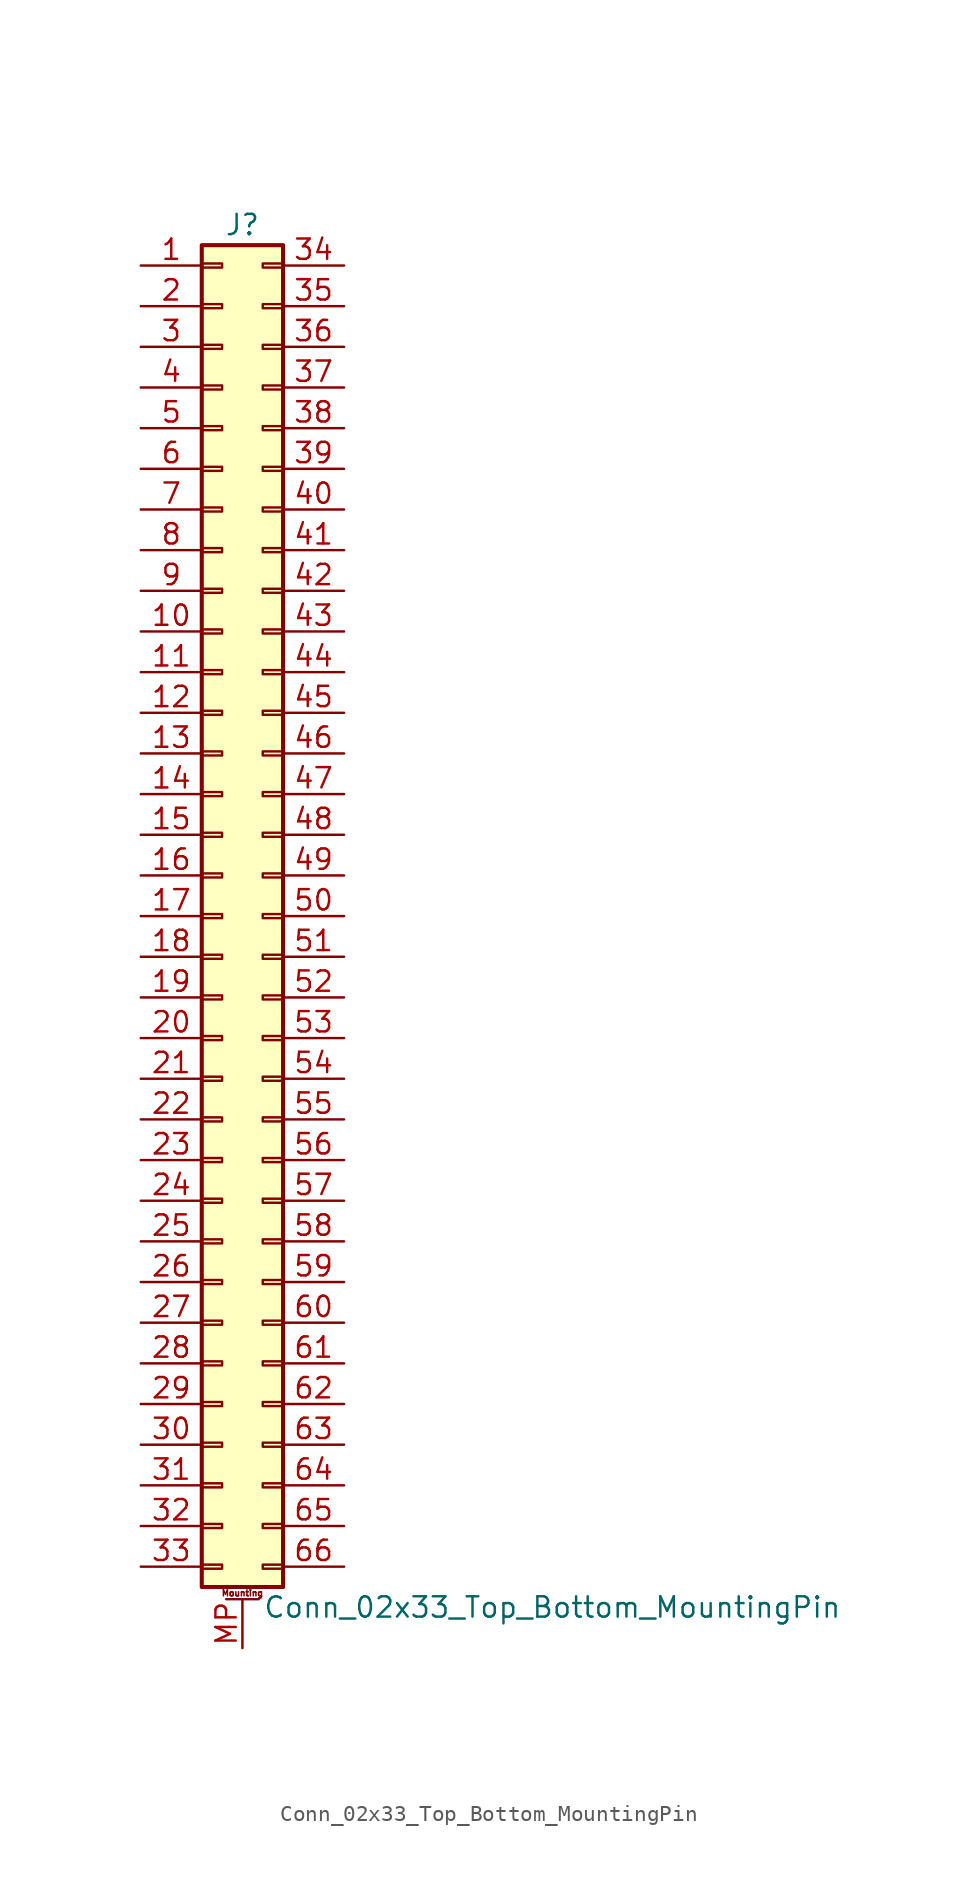
<source format=kicad_sym>
(kicad_symbol_lib
  (version 20211014)
  (generator kicad_symbol_editor)
  (symbol "Conn_02x33_Top_Bottom_MountingPin"
    (pin_names
      (offset 1.016) hide)
    (property "Reference" "J"
      (at 1.27 43.18 0)
      (effects (font (size 1.27 1.27))))
    (property "Value" "Conn_02x33_Top_Bottom_MountingPin"
      (at 2.54 -43.18 0)
      (effects (font (size 1.27 1.27)) (justify left)))
    (symbol "Conn_02x33_Top_Bottom_MountingPin_1_1"
      (rectangle (start -1.27 -40.513) (end 0 -40.767) (stroke (width 0.152) (type default) (color 0 0 0 0)) (fill (type none)))
      (rectangle (start -1.27 -37.973) (end 0 -38.227) (stroke (width 0.152) (type default) (color 0 0 0 0)) (fill (type none)))
      (rectangle (start -1.27 -35.433) (end 0 -35.687) (stroke (width 0.152) (type default) (color 0 0 0 0)) (fill (type none)))
      (rectangle (start -1.27 -32.893) (end 0 -33.147) (stroke (width 0.152) (type default) (color 0 0 0 0)) (fill (type none)))
      (rectangle (start -1.27 -30.353) (end 0 -30.607) (stroke (width 0.152) (type default) (color 0 0 0 0)) (fill (type none)))
      (rectangle (start -1.27 -27.813) (end 0 -28.067) (stroke (width 0.152) (type default) (color 0 0 0 0)) (fill (type none)))
      (rectangle (start -1.27 -25.273) (end 0 -25.527) (stroke (width 0.152) (type default) (color 0 0 0 0)) (fill (type none)))
      (rectangle (start -1.27 -22.733) (end 0 -22.987) (stroke (width 0.152) (type default) (color 0 0 0 0)) (fill (type none)))
      (rectangle (start -1.27 -20.193) (end 0 -20.447) (stroke (width 0.152) (type default) (color 0 0 0 0)) (fill (type none)))
      (rectangle (start -1.27 -17.653) (end 0 -17.907) (stroke (width 0.152) (type default) (color 0 0 0 0)) (fill (type none)))
      (rectangle (start -1.27 -15.113) (end 0 -15.367) (stroke (width 0.152) (type default) (color 0 0 0 0)) (fill (type none)))
      (rectangle (start -1.27 -12.573) (end 0 -12.827) (stroke (width 0.152) (type default) (color 0 0 0 0)) (fill (type none)))
      (rectangle (start -1.27 -10.033) (end 0 -10.287) (stroke (width 0.152) (type default) (color 0 0 0 0)) (fill (type none)))
      (rectangle (start -1.27 -7.493) (end 0 -7.747) (stroke (width 0.152) (type default) (color 0 0 0 0)) (fill (type none)))
      (rectangle (start -1.27 -4.953) (end 0 -5.207) (stroke (width 0.152) (type default) (color 0 0 0 0)) (fill (type none)))
      (rectangle (start -1.27 -2.413) (end 0 -2.667) (stroke (width 0.152) (type default) (color 0 0 0 0)) (fill (type none)))
      (rectangle (start -1.27 0.127) (end 0 -0.127) (stroke (width 0.152) (type default) (color 0 0 0 0)) (fill (type none)))
      (rectangle (start -1.27 2.667) (end 0 2.413) (stroke (width 0.152) (type default) (color 0 0 0 0)) (fill (type none)))
      (rectangle (start -1.27 5.207) (end 0 4.953) (stroke (width 0.152) (type default) (color 0 0 0 0)) (fill (type none)))
      (rectangle (start -1.27 7.747) (end 0 7.493) (stroke (width 0.152) (type default) (color 0 0 0 0)) (fill (type none)))
      (rectangle (start -1.27 10.287) (end 0 10.033) (stroke (width 0.152) (type default) (color 0 0 0 0)) (fill (type none)))
      (rectangle (start -1.27 12.827) (end 0 12.573) (stroke (width 0.152) (type default) (color 0 0 0 0)) (fill (type none)))
      (rectangle (start -1.27 15.367) (end 0 15.113) (stroke (width 0.152) (type default) (color 0 0 0 0)) (fill (type none)))
      (rectangle (start -1.27 17.907) (end 0 17.653) (stroke (width 0.152) (type default) (color 0 0 0 0)) (fill (type none)))
      (rectangle (start -1.27 20.447) (end 0 20.193) (stroke (width 0.152) (type default) (color 0 0 0 0)) (fill (type none)))
      (rectangle (start -1.27 22.987) (end 0 22.733) (stroke (width 0.152) (type default) (color 0 0 0 0)) (fill (type none)))
      (rectangle (start -1.27 25.527) (end 0 25.273) (stroke (width 0.152) (type default) (color 0 0 0 0)) (fill (type none)))
      (rectangle (start -1.27 28.067) (end 0 27.813) (stroke (width 0.152) (type default) (color 0 0 0 0)) (fill (type none)))
      (rectangle (start -1.27 30.607) (end 0 30.353) (stroke (width 0.152) (type default) (color 0 0 0 0)) (fill (type none)))
      (rectangle (start -1.27 33.147) (end 0 32.893) (stroke (width 0.152) (type default) (color 0 0 0 0)) (fill (type none)))
      (rectangle (start -1.27 35.687) (end 0 35.433) (stroke (width 0.152) (type default) (color 0 0 0 0)) (fill (type none)))
      (rectangle (start -1.27 38.227) (end 0 37.973) (stroke (width 0.152) (type default) (color 0 0 0 0)) (fill (type none)))
      (rectangle (start -1.27 40.767) (end 0 40.513) (stroke (width 0.152) (type default) (color 0 0 0 0)) (fill (type none)))
      (rectangle (start -1.27 41.91) (end 3.81 -41.91) (stroke (width 0.254) (type default) (color 0 0 0 0)) (fill (type background)))
      (polyline (pts (xy 0.254 -42.672) (xy 2.286 -42.672)) (stroke (width 0.152) (type default) (color 0 0 0 0)) (fill (type none)))
      (rectangle (start 3.81 -40.513) (end 2.54 -40.767) (stroke (width 0.152) (type default) (color 0 0 0 0)) (fill (type none)))
      (rectangle (start 3.81 -37.973) (end 2.54 -38.227) (stroke (width 0.152) (type default) (color 0 0 0 0)) (fill (type none)))
      (rectangle (start 3.81 -35.433) (end 2.54 -35.687) (stroke (width 0.152) (type default) (color 0 0 0 0)) (fill (type none)))
      (rectangle (start 3.81 -32.893) (end 2.54 -33.147) (stroke (width 0.152) (type default) (color 0 0 0 0)) (fill (type none)))
      (rectangle (start 3.81 -30.353) (end 2.54 -30.607) (stroke (width 0.152) (type default) (color 0 0 0 0)) (fill (type none)))
      (rectangle (start 3.81 -27.813) (end 2.54 -28.067) (stroke (width 0.152) (type default) (color 0 0 0 0)) (fill (type none)))
      (rectangle (start 3.81 -25.273) (end 2.54 -25.527) (stroke (width 0.152) (type default) (color 0 0 0 0)) (fill (type none)))
      (rectangle (start 3.81 -22.733) (end 2.54 -22.987) (stroke (width 0.152) (type default) (color 0 0 0 0)) (fill (type none)))
      (rectangle (start 3.81 -20.193) (end 2.54 -20.447) (stroke (width 0.152) (type default) (color 0 0 0 0)) (fill (type none)))
      (rectangle (start 3.81 -17.653) (end 2.54 -17.907) (stroke (width 0.152) (type default) (color 0 0 0 0)) (fill (type none)))
      (rectangle (start 3.81 -15.113) (end 2.54 -15.367) (stroke (width 0.152) (type default) (color 0 0 0 0)) (fill (type none)))
      (rectangle (start 3.81 -12.573) (end 2.54 -12.827) (stroke (width 0.152) (type default) (color 0 0 0 0)) (fill (type none)))
      (rectangle (start 3.81 -10.033) (end 2.54 -10.287) (stroke (width 0.152) (type default) (color 0 0 0 0)) (fill (type none)))
      (rectangle (start 3.81 -7.493) (end 2.54 -7.747) (stroke (width 0.152) (type default) (color 0 0 0 0)) (fill (type none)))
      (rectangle (start 3.81 -4.953) (end 2.54 -5.207) (stroke (width 0.152) (type default) (color 0 0 0 0)) (fill (type none)))
      (rectangle (start 3.81 -2.413) (end 2.54 -2.667) (stroke (width 0.152) (type default) (color 0 0 0 0)) (fill (type none)))
      (rectangle (start 3.81 0.127) (end 2.54 -0.127) (stroke (width 0.152) (type default) (color 0 0 0 0)) (fill (type none)))
      (rectangle (start 3.81 2.667) (end 2.54 2.413) (stroke (width 0.152) (type default) (color 0 0 0 0)) (fill (type none)))
      (rectangle (start 3.81 5.207) (end 2.54 4.953) (stroke (width 0.152) (type default) (color 0 0 0 0)) (fill (type none)))
      (rectangle (start 3.81 7.747) (end 2.54 7.493) (stroke (width 0.152) (type default) (color 0 0 0 0)) (fill (type none)))
      (rectangle (start 3.81 10.287) (end 2.54 10.033) (stroke (width 0.152) (type default) (color 0 0 0 0)) (fill (type none)))
      (rectangle (start 3.81 12.827) (end 2.54 12.573) (stroke (width 0.152) (type default) (color 0 0 0 0)) (fill (type none)))
      (rectangle (start 3.81 15.367) (end 2.54 15.113) (stroke (width 0.152) (type default) (color 0 0 0 0)) (fill (type none)))
      (rectangle (start 3.81 17.907) (end 2.54 17.653) (stroke (width 0.152) (type default) (color 0 0 0 0)) (fill (type none)))
      (rectangle (start 3.81 20.447) (end 2.54 20.193) (stroke (width 0.152) (type default) (color 0 0 0 0)) (fill (type none)))
      (rectangle (start 3.81 22.987) (end 2.54 22.733) (stroke (width 0.152) (type default) (color 0 0 0 0)) (fill (type none)))
      (rectangle (start 3.81 25.527) (end 2.54 25.273) (stroke (width 0.152) (type default) (color 0 0 0 0)) (fill (type none)))
      (rectangle (start 3.81 28.067) (end 2.54 27.813) (stroke (width 0.152) (type default) (color 0 0 0 0)) (fill (type none)))
      (rectangle (start 3.81 30.607) (end 2.54 30.353) (stroke (width 0.152) (type default) (color 0 0 0 0)) (fill (type none)))
      (rectangle (start 3.81 33.147) (end 2.54 32.893) (stroke (width 0.152) (type default) (color 0 0 0 0)) (fill (type none)))
      (rectangle (start 3.81 35.687) (end 2.54 35.433) (stroke (width 0.152) (type default) (color 0 0 0 0)) (fill (type none)))
      (rectangle (start 3.81 38.227) (end 2.54 37.973) (stroke (width 0.152) (type default) (color 0 0 0 0)) (fill (type none)))
      (rectangle (start 3.81 40.767) (end 2.54 40.513) (stroke (width 0.152) (type default) (color 0 0 0 0)) (fill (type none)))
      (text "Mounting" (at 1.27 -42.291 0) (effects (font (size 0.381 0.381))))
      (pin passive line (at -5.08 40.64 0) (length 3.81) (name "Pin_1" (effects (font (size 1.27 1.27)))) (number "1" (effects (font (size 1.27 1.27)))))
      (pin passive line (at -5.08 17.78 0) (length 3.81) (name "Pin_10" (effects (font (size 1.27 1.27)))) (number "10" (effects (font (size 1.27 1.27)))))
      (pin passive line (at -5.08 15.24 0) (length 3.81) (name "Pin_11" (effects (font (size 1.27 1.27)))) (number "11" (effects (font (size 1.27 1.27)))))
      (pin passive line (at -5.08 12.7 0) (length 3.81) (name "Pin_12" (effects (font (size 1.27 1.27)))) (number "12" (effects (font (size 1.27 1.27)))))
      (pin passive line (at -5.08 10.16 0) (length 3.81) (name "Pin_13" (effects (font (size 1.27 1.27)))) (number "13" (effects (font (size 1.27 1.27)))))
      (pin passive line (at -5.08 7.62 0) (length 3.81) (name "Pin_14" (effects (font (size 1.27 1.27)))) (number "14" (effects (font (size 1.27 1.27)))))
      (pin passive line (at -5.08 5.08 0) (length 3.81) (name "Pin_15" (effects (font (size 1.27 1.27)))) (number "15" (effects (font (size 1.27 1.27)))))
      (pin passive line (at -5.08 2.54 0) (length 3.81) (name "Pin_16" (effects (font (size 1.27 1.27)))) (number "16" (effects (font (size 1.27 1.27)))))
      (pin passive line (at -5.08 0 0) (length 3.81) (name "Pin_17" (effects (font (size 1.27 1.27)))) (number "17" (effects (font (size 1.27 1.27)))))
      (pin passive line (at -5.08 -2.54 0) (length 3.81) (name "Pin_18" (effects (font (size 1.27 1.27)))) (number "18" (effects (font (size 1.27 1.27)))))
      (pin passive line (at -5.08 -5.08 0) (length 3.81) (name "Pin_19" (effects (font (size 1.27 1.27)))) (number "19" (effects (font (size 1.27 1.27)))))
      (pin passive line (at -5.08 38.1 0) (length 3.81) (name "Pin_2" (effects (font (size 1.27 1.27)))) (number "2" (effects (font (size 1.27 1.27)))))
      (pin passive line (at -5.08 -7.62 0) (length 3.81) (name "Pin_20" (effects (font (size 1.27 1.27)))) (number "20" (effects (font (size 1.27 1.27)))))
      (pin passive line (at -5.08 -10.16 0) (length 3.81) (name "Pin_21" (effects (font (size 1.27 1.27)))) (number "21" (effects (font (size 1.27 1.27)))))
      (pin passive line (at -5.08 -12.7 0) (length 3.81) (name "Pin_22" (effects (font (size 1.27 1.27)))) (number "22" (effects (font (size 1.27 1.27)))))
      (pin passive line (at -5.08 -15.24 0) (length 3.81) (name "Pin_23" (effects (font (size 1.27 1.27)))) (number "23" (effects (font (size 1.27 1.27)))))
      (pin passive line (at -5.08 -17.78 0) (length 3.81) (name "Pin_24" (effects (font (size 1.27 1.27)))) (number "24" (effects (font (size 1.27 1.27)))))
      (pin passive line (at -5.08 -20.32 0) (length 3.81) (name "Pin_25" (effects (font (size 1.27 1.27)))) (number "25" (effects (font (size 1.27 1.27)))))
      (pin passive line (at -5.08 -22.86 0) (length 3.81) (name "Pin_26" (effects (font (size 1.27 1.27)))) (number "26" (effects (font (size 1.27 1.27)))))
      (pin passive line (at -5.08 -25.4 0) (length 3.81) (name "Pin_27" (effects (font (size 1.27 1.27)))) (number "27" (effects (font (size 1.27 1.27)))))
      (pin passive line (at -5.08 -27.94 0) (length 3.81) (name "Pin_28" (effects (font (size 1.27 1.27)))) (number "28" (effects (font (size 1.27 1.27)))))
      (pin passive line (at -5.08 -30.48 0) (length 3.81) (name "Pin_29" (effects (font (size 1.27 1.27)))) (number "29" (effects (font (size 1.27 1.27)))))
      (pin passive line (at -5.08 35.56 0) (length 3.81) (name "Pin_3" (effects (font (size 1.27 1.27)))) (number "3" (effects (font (size 1.27 1.27)))))
      (pin passive line (at -5.08 -33.02 0) (length 3.81) (name "Pin_30" (effects (font (size 1.27 1.27)))) (number "30" (effects (font (size 1.27 1.27)))))
      (pin passive line (at -5.08 -35.56 0) (length 3.81) (name "Pin_31" (effects (font (size 1.27 1.27)))) (number "31" (effects (font (size 1.27 1.27)))))
      (pin passive line (at -5.08 -38.1 0) (length 3.81) (name "Pin_32" (effects (font (size 1.27 1.27)))) (number "32" (effects (font (size 1.27 1.27)))))
      (pin passive line (at -5.08 -40.64 0) (length 3.81) (name "Pin_33" (effects (font (size 1.27 1.27)))) (number "33" (effects (font (size 1.27 1.27)))))
      (pin passive line (at 7.62 40.64 180) (length 3.81) (name "Pin_34" (effects (font (size 1.27 1.27)))) (number "34" (effects (font (size 1.27 1.27)))))
      (pin passive line (at 7.62 38.1 180) (length 3.81) (name "Pin_35" (effects (font (size 1.27 1.27)))) (number "35" (effects (font (size 1.27 1.27)))))
      (pin passive line (at 7.62 35.56 180) (length 3.81) (name "Pin_36" (effects (font (size 1.27 1.27)))) (number "36" (effects (font (size 1.27 1.27)))))
      (pin passive line (at 7.62 33.02 180) (length 3.81) (name "Pin_37" (effects (font (size 1.27 1.27)))) (number "37" (effects (font (size 1.27 1.27)))))
      (pin passive line (at 7.62 30.48 180) (length 3.81) (name "Pin_38" (effects (font (size 1.27 1.27)))) (number "38" (effects (font (size 1.27 1.27)))))
      (pin passive line (at 7.62 27.94 180) (length 3.81) (name "Pin_39" (effects (font (size 1.27 1.27)))) (number "39" (effects (font (size 1.27 1.27)))))
      (pin passive line (at -5.08 33.02 0) (length 3.81) (name "Pin_4" (effects (font (size 1.27 1.27)))) (number "4" (effects (font (size 1.27 1.27)))))
      (pin passive line (at 7.62 25.4 180) (length 3.81) (name "Pin_40" (effects (font (size 1.27 1.27)))) (number "40" (effects (font (size 1.27 1.27)))))
      (pin passive line (at 7.62 22.86 180) (length 3.81) (name "Pin_41" (effects (font (size 1.27 1.27)))) (number "41" (effects (font (size 1.27 1.27)))))
      (pin passive line (at 7.62 20.32 180) (length 3.81) (name "Pin_42" (effects (font (size 1.27 1.27)))) (number "42" (effects (font (size 1.27 1.27)))))
      (pin passive line (at 7.62 17.78 180) (length 3.81) (name "Pin_43" (effects (font (size 1.27 1.27)))) (number "43" (effects (font (size 1.27 1.27)))))
      (pin passive line (at 7.62 15.24 180) (length 3.81) (name "Pin_44" (effects (font (size 1.27 1.27)))) (number "44" (effects (font (size 1.27 1.27)))))
      (pin passive line (at 7.62 12.7 180) (length 3.81) (name "Pin_45" (effects (font (size 1.27 1.27)))) (number "45" (effects (font (size 1.27 1.27)))))
      (pin passive line (at 7.62 10.16 180) (length 3.81) (name "Pin_46" (effects (font (size 1.27 1.27)))) (number "46" (effects (font (size 1.27 1.27)))))
      (pin passive line (at 7.62 7.62 180) (length 3.81) (name "Pin_47" (effects (font (size 1.27 1.27)))) (number "47" (effects (font (size 1.27 1.27)))))
      (pin passive line (at 7.62 5.08 180) (length 3.81) (name "Pin_48" (effects (font (size 1.27 1.27)))) (number "48" (effects (font (size 1.27 1.27)))))
      (pin passive line (at 7.62 2.54 180) (length 3.81) (name "Pin_49" (effects (font (size 1.27 1.27)))) (number "49" (effects (font (size 1.27 1.27)))))
      (pin passive line (at -5.08 30.48 0) (length 3.81) (name "Pin_5" (effects (font (size 1.27 1.27)))) (number "5" (effects (font (size 1.27 1.27)))))
      (pin passive line (at 7.62 0 180) (length 3.81) (name "Pin_50" (effects (font (size 1.27 1.27)))) (number "50" (effects (font (size 1.27 1.27)))))
      (pin passive line (at 7.62 -2.54 180) (length 3.81) (name "Pin_51" (effects (font (size 1.27 1.27)))) (number "51" (effects (font (size 1.27 1.27)))))
      (pin passive line (at 7.62 -5.08 180) (length 3.81) (name "Pin_52" (effects (font (size 1.27 1.27)))) (number "52" (effects (font (size 1.27 1.27)))))
      (pin passive line (at 7.62 -7.62 180) (length 3.81) (name "Pin_53" (effects (font (size 1.27 1.27)))) (number "53" (effects (font (size 1.27 1.27)))))
      (pin passive line (at 7.62 -10.16 180) (length 3.81) (name "Pin_54" (effects (font (size 1.27 1.27)))) (number "54" (effects (font (size 1.27 1.27)))))
      (pin passive line (at 7.62 -12.7 180) (length 3.81) (name "Pin_55" (effects (font (size 1.27 1.27)))) (number "55" (effects (font (size 1.27 1.27)))))
      (pin passive line (at 7.62 -15.24 180) (length 3.81) (name "Pin_56" (effects (font (size 1.27 1.27)))) (number "56" (effects (font (size 1.27 1.27)))))
      (pin passive line (at 7.62 -17.78 180) (length 3.81) (name "Pin_57" (effects (font (size 1.27 1.27)))) (number "57" (effects (font (size 1.27 1.27)))))
      (pin passive line (at 7.62 -20.32 180) (length 3.81) (name "Pin_58" (effects (font (size 1.27 1.27)))) (number "58" (effects (font (size 1.27 1.27)))))
      (pin passive line (at 7.62 -22.86 180) (length 3.81) (name "Pin_59" (effects (font (size 1.27 1.27)))) (number "59" (effects (font (size 1.27 1.27)))))
      (pin passive line (at -5.08 27.94 0) (length 3.81) (name "Pin_6" (effects (font (size 1.27 1.27)))) (number "6" (effects (font (size 1.27 1.27)))))
      (pin passive line (at 7.62 -25.4 180) (length 3.81) (name "Pin_60" (effects (font (size 1.27 1.27)))) (number "60" (effects (font (size 1.27 1.27)))))
      (pin passive line (at 7.62 -27.94 180) (length 3.81) (name "Pin_61" (effects (font (size 1.27 1.27)))) (number "61" (effects (font (size 1.27 1.27)))))
      (pin passive line (at 7.62 -30.48 180) (length 3.81) (name "Pin_62" (effects (font (size 1.27 1.27)))) (number "62" (effects (font (size 1.27 1.27)))))
      (pin passive line (at 7.62 -33.02 180) (length 3.81) (name "Pin_63" (effects (font (size 1.27 1.27)))) (number "63" (effects (font (size 1.27 1.27)))))
      (pin passive line (at 7.62 -35.56 180) (length 3.81) (name "Pin_64" (effects (font (size 1.27 1.27)))) (number "64" (effects (font (size 1.27 1.27)))))
      (pin passive line (at 7.62 -38.1 180) (length 3.81) (name "Pin_65" (effects (font (size 1.27 1.27)))) (number "65" (effects (font (size 1.27 1.27)))))
      (pin passive line (at 7.62 -40.64 180) (length 3.81) (name "Pin_66" (effects (font (size 1.27 1.27)))) (number "66" (effects (font (size 1.27 1.27)))))
      (pin passive line (at -5.08 25.4 0) (length 3.81) (name "Pin_7" (effects (font (size 1.27 1.27)))) (number "7" (effects (font (size 1.27 1.27)))))
      (pin passive line (at -5.08 22.86 0) (length 3.81) (name "Pin_8" (effects (font (size 1.27 1.27)))) (number "8" (effects (font (size 1.27 1.27)))))
      (pin passive line (at -5.08 20.32 0) (length 3.81) (name "Pin_9" (effects (font (size 1.27 1.27)))) (number "9" (effects (font (size 1.27 1.27)))))
      (pin passive line (at 1.27 -45.72 90) (length 3.048) (name "MountPin" (effects (font (size 1.27 1.27)))) (number "MP" (effects (font (size 1.27 1.27))))))))
</source>
